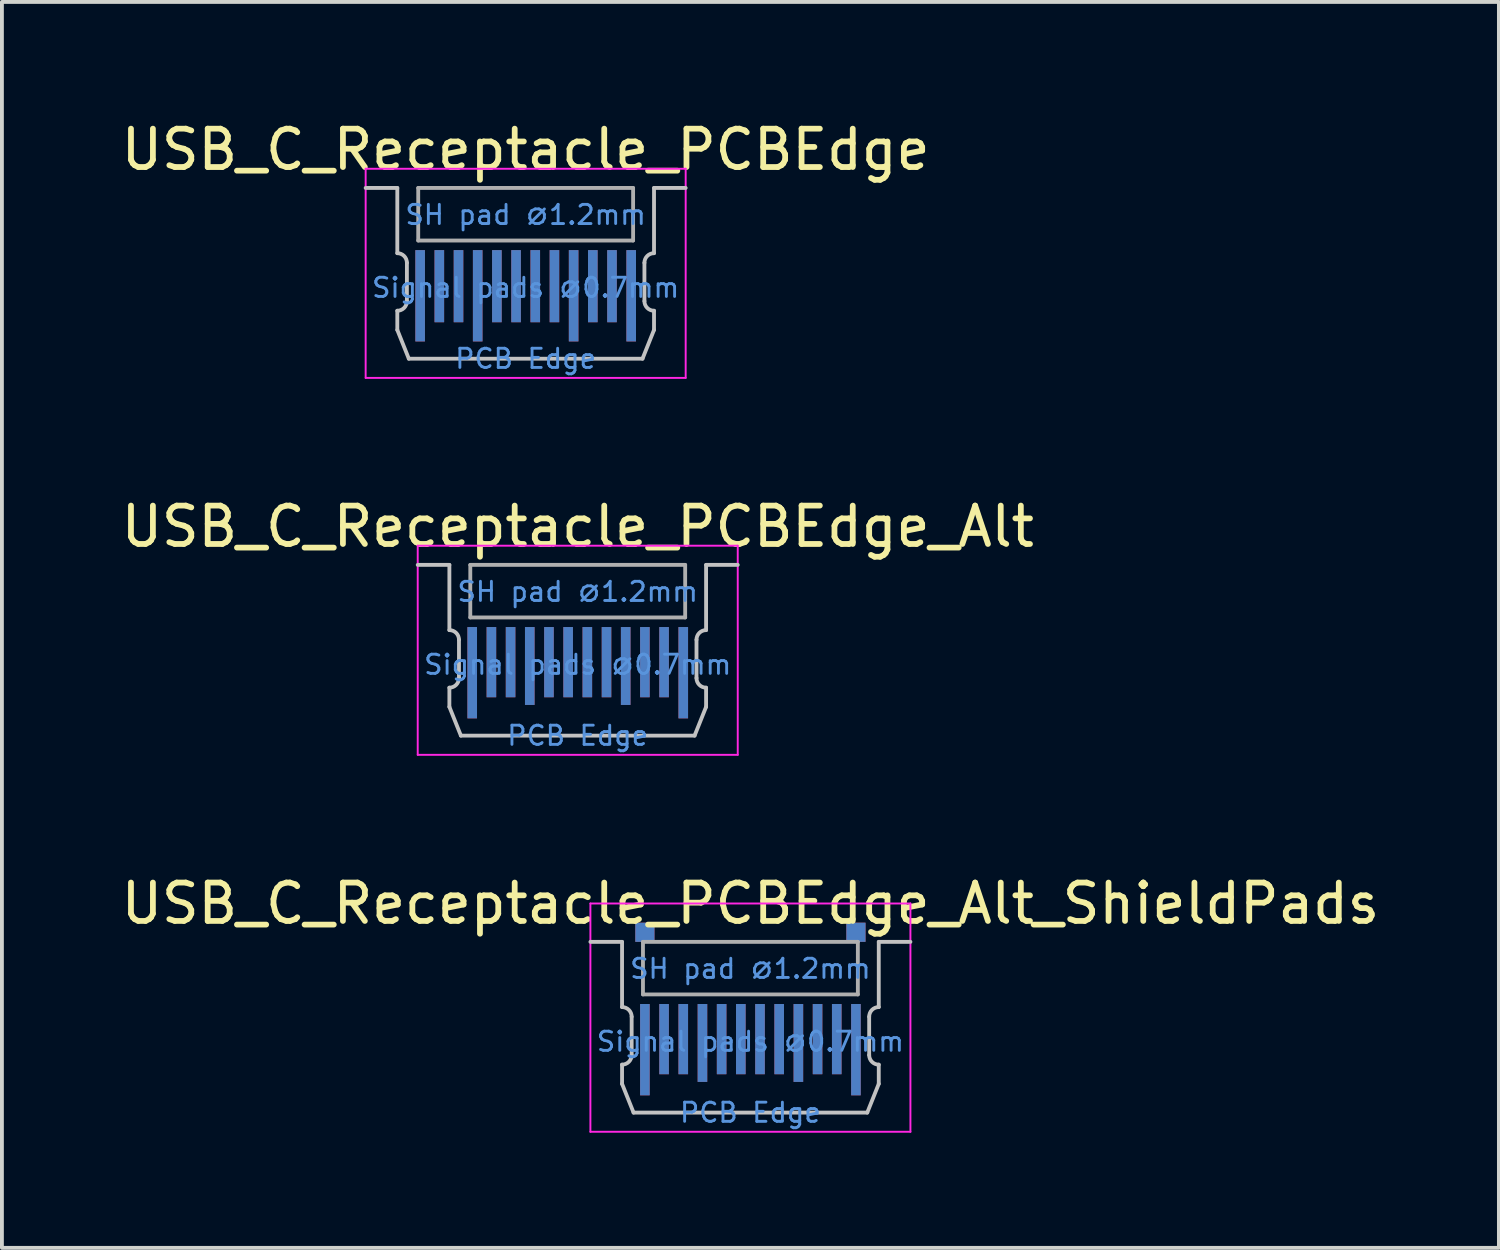
<source format=kicad_pcb>
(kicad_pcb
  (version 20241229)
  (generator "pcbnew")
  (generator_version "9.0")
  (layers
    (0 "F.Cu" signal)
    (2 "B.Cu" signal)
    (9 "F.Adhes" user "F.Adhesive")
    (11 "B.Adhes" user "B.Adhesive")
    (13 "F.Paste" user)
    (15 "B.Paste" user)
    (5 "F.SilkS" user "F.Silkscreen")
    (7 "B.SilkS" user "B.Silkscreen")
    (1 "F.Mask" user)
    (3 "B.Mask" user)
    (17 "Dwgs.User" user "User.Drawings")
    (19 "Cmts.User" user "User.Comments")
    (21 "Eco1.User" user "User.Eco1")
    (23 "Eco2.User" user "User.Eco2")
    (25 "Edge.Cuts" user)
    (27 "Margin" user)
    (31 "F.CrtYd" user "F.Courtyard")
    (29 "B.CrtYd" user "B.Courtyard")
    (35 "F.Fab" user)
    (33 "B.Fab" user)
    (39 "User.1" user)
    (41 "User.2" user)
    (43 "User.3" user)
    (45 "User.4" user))
  (footprint "USB_C_Receptacle_PCBEdge_Alt_ShieldPads"
    (layer "F.Cu")
    (at 16.506 21.495)
    (property "Reference" "USB_C_Receptacle_PCBEdge_Alt_ShieldPads" (at 0 -1 0) (layer "F.SilkS") (effects (font (size 1 1) (thickness 0.15))))
    (attr exclude_from_pos_files exclude_from_bom)
    (fp_poly (pts (xy -3.35 1.6) (xy 3.35 1.6) (xy 3.35 4.45) (xy -3.35 4.45)) (stroke (width 0) (type solid)) (fill yes) (layer "F.Mask"))
    (fp_poly (pts (xy -3.35 1.6) (xy 3.35 1.6) (xy 3.35 4.45) (xy -3.35 4.45)) (stroke (width 0) (type solid)) (fill yes) (layer "B.Mask"))
    (fp_line (start -3.345 0) (end -4.17 0) (stroke (width 0.1) (type solid)) (layer "Dwgs.User"))
    (fp_line (start -3.345 0) (end -3.345 1.7) (stroke (width 0.1) (type solid)) (layer "Dwgs.User"))
    (fp_line (start -3.345 3.2) (end -3.345 3.7) (stroke (width 0.1) (type solid)) (layer "Dwgs.User"))
    (fp_line (start -3.345 3.7) (end -3.045 4.45) (stroke (width 0.1) (type solid)) (layer "Dwgs.User"))
    (fp_line (start -3.095 2.95) (end -3.095 1.95) (stroke (width 0.1) (type solid)) (layer "Dwgs.User"))
    (fp_line (start -3.045 4.45) (end 3.045 4.45) (stroke (width 0.1) (type solid)) (layer "Dwgs.User"))
    (fp_line (start 3.095 2.95) (end 3.095 1.95) (stroke (width 0.1) (type solid)) (layer "Dwgs.User"))
    (fp_line (start 3.345 0) (end 3.345 1.7) (stroke (width 0.1) (type solid)) (layer "Dwgs.User"))
    (fp_line (start 3.345 0) (end 4.17 0) (stroke (width 0.1) (type solid)) (layer "Dwgs.User"))
    (fp_line (start 3.345 3.2) (end 3.345 3.7) (stroke (width 0.1) (type solid)) (layer "Dwgs.User"))
    (fp_line (start 3.345 3.7) (end 3.045 4.45) (stroke (width 0.1) (type solid)) (layer "Dwgs.User"))
    (fp_arc (start -3.345 1.7) (mid -3.168223 1.773223) (end -3.095 1.95) (stroke (width 0.1) (type solid)) (layer "Dwgs.User"))
    (fp_arc (start -3.095 2.95) (mid -3.168223 3.126777) (end -3.345 3.2) (stroke (width 0.1) (type solid)) (layer "Dwgs.User"))
    (fp_arc (start 3.095 1.95) (mid 3.168223 1.773223) (end 3.345 1.7) (stroke (width 0.1) (type solid)) (layer "Dwgs.User"))
    (fp_arc (start 3.345 3.2) (mid 3.168223 3.126777) (end 3.095 2.95) (stroke (width 0.1) (type solid)) (layer "Dwgs.User"))
    (fp_line (start -4.17 -1) (end 4.17 -1) (stroke (width 0.05) (type solid)) (layer "F.CrtYd"))
    (fp_line (start -4.17 4.95) (end -4.17 -1) (stroke (width 0.05) (type solid)) (layer "F.CrtYd"))
    (fp_line (start 4.17 -1) (end 4.17 4.95) (stroke (width 0.05) (type solid)) (layer "F.CrtYd"))
    (fp_line (start 4.17 4.95) (end -4.17 4.95) (stroke (width 0.05) (type solid)) (layer "F.CrtYd"))
    (fp_line (start -2.8 0) (end 2.8 0) (stroke (width 0.1) (type solid)) (layer "F.Fab"))
    (fp_line (start -2.8 1.37) (end -2.8 0) (stroke (width 0.1) (type solid)) (layer "F.Fab"))
    (fp_line (start 2.8 0) (end 2.8 1.37) (stroke (width 0.1) (type solid)) (layer "F.Fab"))
    (fp_line (start 2.8 1.37) (end -2.8 1.37) (stroke (width 0.1) (type solid)) (layer "F.Fab"))
    (fp_text user "PCB Edge" (at 0 4.45 0) (layer "Cmts.User") (effects (font (size 0.5 0.5) (thickness 0.075))))
    (fp_text user "SH pad ⌀1.2mm" (at 0 0.7 0) (layer "Cmts.User") (effects (font (size 0.5 0.5) (thickness 0.075))))
    (fp_text user "Signal pads ⌀0.7mm" (at 0 2.6 0) (layer "Cmts.User") (effects (font (size 0.5 0.5) (thickness 0.075))))
    (pad "A1" connect rect (at -2.75 2.81) (size 0.25 2.38) (layers "F.Cu" "F.Mask"))
    (pad "A2" connect rect (at -2.25 2.535) (size 0.25 1.83) (layers "F.Cu" "F.Mask"))
    (pad "A3" connect rect (at -1.75 2.535) (size 0.25 1.83) (layers "F.Cu" "F.Mask"))
    (pad "A4" connect rect (at -1.25 2.635) (size 0.25 2.03) (layers "F.Cu" "F.Mask"))
    (pad "A5" connect rect (at -0.75 2.535) (size 0.25 1.83) (layers "F.Cu" "F.Mask"))
    (pad "A6" connect rect (at -0.25 2.535) (size 0.25 1.83) (layers "F.Cu" "F.Mask"))
    (pad "A7" connect rect (at 0.25 2.535) (size 0.25 1.83) (layers "F.Cu" "F.Mask"))
    (pad "A8" connect rect (at 0.75 2.535) (size 0.25 1.83) (layers "F.Cu" "F.Mask"))
    (pad "A9" connect rect (at 1.25 2.635) (size 0.25 2.03) (layers "F.Cu" "F.Mask"))
    (pad "A10" connect rect (at 1.75 2.535) (size 0.25 1.83) (layers "F.Cu" "F.Mask"))
    (pad "A11" connect rect (at 2.25 2.535) (size 0.25 1.83) (layers "F.Cu" "F.Mask"))
    (pad "A12" connect rect (at 2.75 2.81) (size 0.25 2.38) (layers "F.Cu" "F.Mask"))
    (pad "B1" connect rect (at 2.75 2.81) (size 0.25 2.38) (layers "B.Cu" "B.Mask"))
    (pad "B2" connect rect (at 2.25 2.535) (size 0.25 1.83) (layers "B.Cu" "B.Mask"))
    (pad "B3" connect rect (at 1.75 2.535) (size 0.25 1.83) (layers "B.Cu" "B.Mask"))
    (pad "B4" connect rect (at 1.25 2.635) (size 0.25 2.03) (layers "B.Cu" "B.Mask"))
    (pad "B5" connect rect (at 0.75 2.535) (size 0.25 1.83) (layers "B.Cu" "B.Mask"))
    (pad "B6" connect rect (at 0.25 2.535) (size 0.25 1.83) (layers "B.Cu" "B.Mask"))
    (pad "B7" connect rect (at -0.25 2.535) (size 0.25 1.83) (layers "B.Cu" "B.Mask"))
    (pad "B8" connect rect (at -0.75 2.535) (size 0.25 1.83) (layers "B.Cu" "B.Mask"))
    (pad "B9" connect rect (at -1.25 2.635) (size 0.25 2.03) (layers "B.Cu" "B.Mask"))
    (pad "B10" connect rect (at -1.75 2.535) (size 0.25 1.83) (layers "B.Cu" "B.Mask"))
    (pad "B11" connect rect (at -2.25 2.535) (size 0.25 1.83) (layers "B.Cu" "B.Mask"))
    (pad "B12" connect rect (at -2.75 2.81) (size 0.25 2.38) (layers "B.Cu" "B.Mask"))
    (pad "S1" smd rect (at -2.75 -0.25) (size 0.5 0.5) (layers "F.Cu" "F.Mask" "F.Paste"))
    (pad "S1" smd rect (at -2.75 -0.25) (size 0.5 0.5) (layers "B.Cu" "B.Mask" "B.Paste"))
    (pad "S1" smd rect (at 2.75 -0.25) (size 0.5 0.5) (layers "F.Cu" "F.Mask" "F.Paste"))
    (pad "S1" smd rect (at 2.75 -0.25) (size 0.5 0.5) (layers "B.Cu" "B.Mask" "B.Paste")))
  (footprint "USB_C_Receptacle_PCBEdge"
    (layer "F.Cu")
    (at 10.649 1.848)
    (property "Reference" "USB_C_Receptacle_PCBEdge" (at 0 -1 0) (layer "F.SilkS") (effects (font (size 1 1) (thickness 0.15))))
    (attr exclude_from_pos_files exclude_from_bom)
    (fp_poly (pts (xy -3.35 1.6) (xy 3.35 1.6) (xy 3.35 4.45) (xy -3.35 4.45)) (stroke (width 0) (type solid)) (fill yes) (layer "F.Mask"))
    (fp_poly (pts (xy -3.35 1.6) (xy 3.35 1.6) (xy 3.35 4.45) (xy -3.35 4.45)) (stroke (width 0) (type solid)) (fill yes) (layer "B.Mask"))
    (fp_line (start -3.345 0) (end -4.17 0) (stroke (width 0.1) (type solid)) (layer "Dwgs.User"))
    (fp_line (start -3.345 0) (end -3.345 1.7) (stroke (width 0.1) (type solid)) (layer "Dwgs.User"))
    (fp_line (start -3.345 3.2) (end -3.345 3.7) (stroke (width 0.1) (type solid)) (layer "Dwgs.User"))
    (fp_line (start -3.345 3.7) (end -3.045 4.45) (stroke (width 0.1) (type solid)) (layer "Dwgs.User"))
    (fp_line (start -3.095 2.95) (end -3.095 1.95) (stroke (width 0.1) (type solid)) (layer "Dwgs.User"))
    (fp_line (start -3.045 4.45) (end 3.045 4.45) (stroke (width 0.1) (type solid)) (layer "Dwgs.User"))
    (fp_line (start 3.095 2.95) (end 3.095 1.95) (stroke (width 0.1) (type solid)) (layer "Dwgs.User"))
    (fp_line (start 3.345 0) (end 3.345 1.7) (stroke (width 0.1) (type solid)) (layer "Dwgs.User"))
    (fp_line (start 3.345 0) (end 4.17 0) (stroke (width 0.1) (type solid)) (layer "Dwgs.User"))
    (fp_line (start 3.345 3.2) (end 3.345 3.7) (stroke (width 0.1) (type solid)) (layer "Dwgs.User"))
    (fp_line (start 3.345 3.7) (end 3.045 4.45) (stroke (width 0.1) (type solid)) (layer "Dwgs.User"))
    (fp_arc (start -3.345 1.7) (mid -3.168223 1.773223) (end -3.095 1.95) (stroke (width 0.1) (type solid)) (layer "Dwgs.User"))
    (fp_arc (start -3.095 2.95) (mid -3.168223 3.126777) (end -3.345 3.2) (stroke (width 0.1) (type solid)) (layer "Dwgs.User"))
    (fp_arc (start 3.095 1.95) (mid 3.168223 1.773223) (end 3.345 1.7) (stroke (width 0.1) (type solid)) (layer "Dwgs.User"))
    (fp_arc (start 3.345 3.2) (mid 3.168223 3.126777) (end 3.095 2.95) (stroke (width 0.1) (type solid)) (layer "Dwgs.User"))
    (fp_line (start -4.17 -0.5) (end 4.17 -0.5) (stroke (width 0.05) (type solid)) (layer "F.CrtYd"))
    (fp_line (start -4.17 4.95) (end -4.17 -0.5) (stroke (width 0.05) (type solid)) (layer "F.CrtYd"))
    (fp_line (start 4.17 -0.5) (end 4.17 4.95) (stroke (width 0.05) (type solid)) (layer "F.CrtYd"))
    (fp_line (start 4.17 4.95) (end -4.17 4.95) (stroke (width 0.05) (type solid)) (layer "F.CrtYd"))
    (fp_line (start -2.8 0) (end 2.8 0) (stroke (width 0.1) (type solid)) (layer "F.Fab"))
    (fp_line (start -2.8 1.37) (end -2.8 0) (stroke (width 0.1) (type solid)) (layer "F.Fab"))
    (fp_line (start 2.8 0) (end 2.8 1.37) (stroke (width 0.1) (type solid)) (layer "F.Fab"))
    (fp_line (start 2.8 1.37) (end -2.8 1.37) (stroke (width 0.1) (type solid)) (layer "F.Fab"))
    (fp_text user "SH pad ⌀1.2mm" (at 0 0.7 0) (layer "Cmts.User") (effects (font (size 0.5 0.5) (thickness 0.075))))
    (fp_text user "Signal pads ⌀0.7mm" (at 0 2.6 0) (layer "Cmts.User") (effects (font (size 0.5 0.5) (thickness 0.075))))
    (fp_text user "PCB Edge" (at 0 4.45 0) (layer "Cmts.User") (effects (font (size 0.5 0.5) (thickness 0.075))))
    (pad "A1" connect rect (at -2.75 2.81) (size 0.25 2.38) (layers "F.Cu" "F.Mask"))
    (pad "A2" connect rect (at -2.25 2.56) (size 0.25 1.88) (layers "F.Cu" "F.Mask"))
    (pad "A3" connect rect (at -1.75 2.56) (size 0.25 1.88) (layers "F.Cu" "F.Mask"))
    (pad "A4" connect rect (at -1.25 2.81) (size 0.25 2.38) (layers "F.Cu" "F.Mask"))
    (pad "A5" connect rect (at -0.75 2.56) (size 0.25 1.88) (layers "F.Cu" "F.Mask"))
    (pad "A6" connect rect (at -0.25 2.56) (size 0.25 1.88) (layers "F.Cu" "F.Mask"))
    (pad "A7" connect rect (at 0.25 2.56) (size 0.25 1.88) (layers "F.Cu" "F.Mask"))
    (pad "A8" connect rect (at 0.75 2.56) (size 0.25 1.88) (layers "F.Cu" "F.Mask"))
    (pad "A9" connect rect (at 1.25 2.81) (size 0.25 2.38) (layers "F.Cu" "F.Mask"))
    (pad "A10" connect rect (at 1.75 2.56) (size 0.25 1.88) (layers "F.Cu" "F.Mask"))
    (pad "A11" connect rect (at 2.25 2.56) (size 0.25 1.88) (layers "F.Cu" "F.Mask"))
    (pad "A12" connect rect (at 2.75 2.81) (size 0.25 2.38) (layers "F.Cu" "F.Mask"))
    (pad "B1" connect rect (at 2.75 2.81) (size 0.25 2.38) (layers "B.Cu" "B.Mask"))
    (pad "B2" connect rect (at 2.25 2.56) (size 0.25 1.88) (layers "B.Cu" "B.Mask"))
    (pad "B3" connect rect (at 1.75 2.56) (size 0.25 1.88) (layers "B.Cu" "B.Mask"))
    (pad "B4" connect rect (at 1.25 2.81) (size 0.25 2.38) (layers "B.Cu" "B.Mask"))
    (pad "B5" connect rect (at 0.75 2.56) (size 0.25 1.88) (layers "B.Cu" "B.Mask"))
    (pad "B6" connect rect (at 0.25 2.56) (size 0.25 1.88) (layers "B.Cu" "B.Mask"))
    (pad "B7" connect rect (at -0.25 2.56) (size 0.25 1.88) (layers "B.Cu" "B.Mask"))
    (pad "B8" connect rect (at -0.75 2.56) (size 0.25 1.88) (layers "B.Cu" "B.Mask"))
    (pad "B9" connect rect (at -1.25 2.81) (size 0.25 2.38) (layers "B.Cu" "B.Mask"))
    (pad "B10" connect rect (at -1.75 2.56) (size 0.25 1.88) (layers "B.Cu" "B.Mask"))
    (pad "B11" connect rect (at -2.25 2.56) (size 0.25 1.88) (layers "B.Cu" "B.Mask"))
    (pad "B12" connect rect (at -2.75 2.81) (size 0.25 2.38) (layers "B.Cu" "B.Mask")))
  (footprint "USB_C_Receptacle_PCBEdge_Alt"
    (layer "F.Cu")
    (at 12.006 11.671)
    (property "Reference" "USB_C_Receptacle_PCBEdge_Alt" (at 0 -1 0) (layer "F.SilkS") (effects (font (size 1 1) (thickness 0.15))))
    (attr exclude_from_pos_files exclude_from_bom)
    (fp_poly (pts (xy -3.35 1.6) (xy 3.35 1.6) (xy 3.35 4.45) (xy -3.35 4.45)) (stroke (width 0) (type solid)) (fill yes) (layer "F.Mask"))
    (fp_poly (pts (xy -3.35 1.6) (xy 3.35 1.6) (xy 3.35 4.45) (xy -3.35 4.45)) (stroke (width 0) (type solid)) (fill yes) (layer "B.Mask"))
    (fp_line (start -3.345 0) (end -4.17 0) (stroke (width 0.1) (type solid)) (layer "Dwgs.User"))
    (fp_line (start -3.345 0) (end -3.345 1.7) (stroke (width 0.1) (type solid)) (layer "Dwgs.User"))
    (fp_line (start -3.345 3.2) (end -3.345 3.7) (stroke (width 0.1) (type solid)) (layer "Dwgs.User"))
    (fp_line (start -3.345 3.7) (end -3.045 4.45) (stroke (width 0.1) (type solid)) (layer "Dwgs.User"))
    (fp_line (start -3.095 2.95) (end -3.095 1.95) (stroke (width 0.1) (type solid)) (layer "Dwgs.User"))
    (fp_line (start -3.045 4.45) (end 3.045 4.45) (stroke (width 0.1) (type solid)) (layer "Dwgs.User"))
    (fp_line (start 3.095 2.95) (end 3.095 1.95) (stroke (width 0.1) (type solid)) (layer "Dwgs.User"))
    (fp_line (start 3.345 0) (end 3.345 1.7) (stroke (width 0.1) (type solid)) (layer "Dwgs.User"))
    (fp_line (start 3.345 0) (end 4.17 0) (stroke (width 0.1) (type solid)) (layer "Dwgs.User"))
    (fp_line (start 3.345 3.2) (end 3.345 3.7) (stroke (width 0.1) (type solid)) (layer "Dwgs.User"))
    (fp_line (start 3.345 3.7) (end 3.045 4.45) (stroke (width 0.1) (type solid)) (layer "Dwgs.User"))
    (fp_arc (start -3.345 1.7) (mid -3.168223 1.773223) (end -3.095 1.95) (stroke (width 0.1) (type solid)) (layer "Dwgs.User"))
    (fp_arc (start -3.095 2.95) (mid -3.168223 3.126777) (end -3.345 3.2) (stroke (width 0.1) (type solid)) (layer "Dwgs.User"))
    (fp_arc (start 3.095 1.95) (mid 3.168223 1.773223) (end 3.345 1.7) (stroke (width 0.1) (type solid)) (layer "Dwgs.User"))
    (fp_arc (start 3.345 3.2) (mid 3.168223 3.126777) (end 3.095 2.95) (stroke (width 0.1) (type solid)) (layer "Dwgs.User"))
    (fp_line (start -4.17 -0.5) (end 4.17 -0.5) (stroke (width 0.05) (type solid)) (layer "F.CrtYd"))
    (fp_line (start -4.17 4.95) (end -4.17 -0.5) (stroke (width 0.05) (type solid)) (layer "F.CrtYd"))
    (fp_line (start 4.17 -0.5) (end 4.17 4.95) (stroke (width 0.05) (type solid)) (layer "F.CrtYd"))
    (fp_line (start 4.17 4.95) (end -4.17 4.95) (stroke (width 0.05) (type solid)) (layer "F.CrtYd"))
    (fp_line (start -2.8 0) (end 2.8 0) (stroke (width 0.1) (type solid)) (layer "F.Fab"))
    (fp_line (start -2.8 1.37) (end -2.8 0) (stroke (width 0.1) (type solid)) (layer "F.Fab"))
    (fp_line (start 2.8 0) (end 2.8 1.37) (stroke (width 0.1) (type solid)) (layer "F.Fab"))
    (fp_line (start 2.8 1.37) (end -2.8 1.37) (stroke (width 0.1) (type solid)) (layer "F.Fab"))
    (fp_text user "Signal pads ⌀0.7mm" (at 0 2.6 0) (layer "Cmts.User") (effects (font (size 0.5 0.5) (thickness 0.075))))
    (fp_text user "SH pad ⌀1.2mm" (at 0 0.7 0) (layer "Cmts.User") (effects (font (size 0.5 0.5) (thickness 0.075))))
    (fp_text user "PCB Edge" (at 0 4.45 0) (layer "Cmts.User") (effects (font (size 0.5 0.5) (thickness 0.075))))
    (pad "A1" connect rect (at -2.75 2.81) (size 0.25 2.38) (layers "F.Cu" "F.Mask"))
    (pad "A2" connect rect (at -2.25 2.535) (size 0.25 1.83) (layers "F.Cu" "F.Mask"))
    (pad "A3" connect rect (at -1.75 2.535) (size 0.25 1.83) (layers "F.Cu" "F.Mask"))
    (pad "A4" connect rect (at -1.25 2.635) (size 0.25 2.03) (layers "F.Cu" "F.Mask"))
    (pad "A5" connect rect (at -0.75 2.535) (size 0.25 1.83) (layers "F.Cu" "F.Mask"))
    (pad "A6" connect rect (at -0.25 2.535) (size 0.25 1.83) (layers "F.Cu" "F.Mask"))
    (pad "A7" connect rect (at 0.25 2.535) (size 0.25 1.83) (layers "F.Cu" "F.Mask"))
    (pad "A8" connect rect (at 0.75 2.535) (size 0.25 1.83) (layers "F.Cu" "F.Mask"))
    (pad "A9" connect rect (at 1.25 2.635) (size 0.25 2.03) (layers "F.Cu" "F.Mask"))
    (pad "A10" connect rect (at 1.75 2.535) (size 0.25 1.83) (layers "F.Cu" "F.Mask"))
    (pad "A11" connect rect (at 2.25 2.535) (size 0.25 1.83) (layers "F.Cu" "F.Mask"))
    (pad "A12" connect rect (at 2.75 2.81) (size 0.25 2.38) (layers "F.Cu" "F.Mask"))
    (pad "B1" connect rect (at 2.75 2.81) (size 0.25 2.38) (layers "B.Cu" "B.Mask"))
    (pad "B2" connect rect (at 2.25 2.535) (size 0.25 1.83) (layers "B.Cu" "B.Mask"))
    (pad "B3" connect rect (at 1.75 2.535) (size 0.25 1.83) (layers "B.Cu" "B.Mask"))
    (pad "B4" connect rect (at 1.25 2.635) (size 0.25 2.03) (layers "B.Cu" "B.Mask"))
    (pad "B5" connect rect (at 0.75 2.535) (size 0.25 1.83) (layers "B.Cu" "B.Mask"))
    (pad "B6" connect rect (at 0.25 2.535) (size 0.25 1.83) (layers "B.Cu" "B.Mask"))
    (pad "B7" connect rect (at -0.25 2.535) (size 0.25 1.83) (layers "B.Cu" "B.Mask"))
    (pad "B8" connect rect (at -0.75 2.535) (size 0.25 1.83) (layers "B.Cu" "B.Mask"))
    (pad "B9" connect rect (at -1.25 2.635) (size 0.25 2.03) (layers "B.Cu" "B.Mask"))
    (pad "B10" connect rect (at -1.75 2.535) (size 0.25 1.83) (layers "B.Cu" "B.Mask"))
    (pad "B11" connect rect (at -2.25 2.535) (size 0.25 1.83) (layers "B.Cu" "B.Mask"))
    (pad "B12" connect rect (at -2.75 2.81) (size 0.25 2.38) (layers "B.Cu" "B.Mask")))
  (gr_rect
    (start -3 -3)
    (end 36.012 29.47)
    (stroke (width 0.1) (type default))
    (fill no)
    (layer "Edge.Cuts")))
</source>
